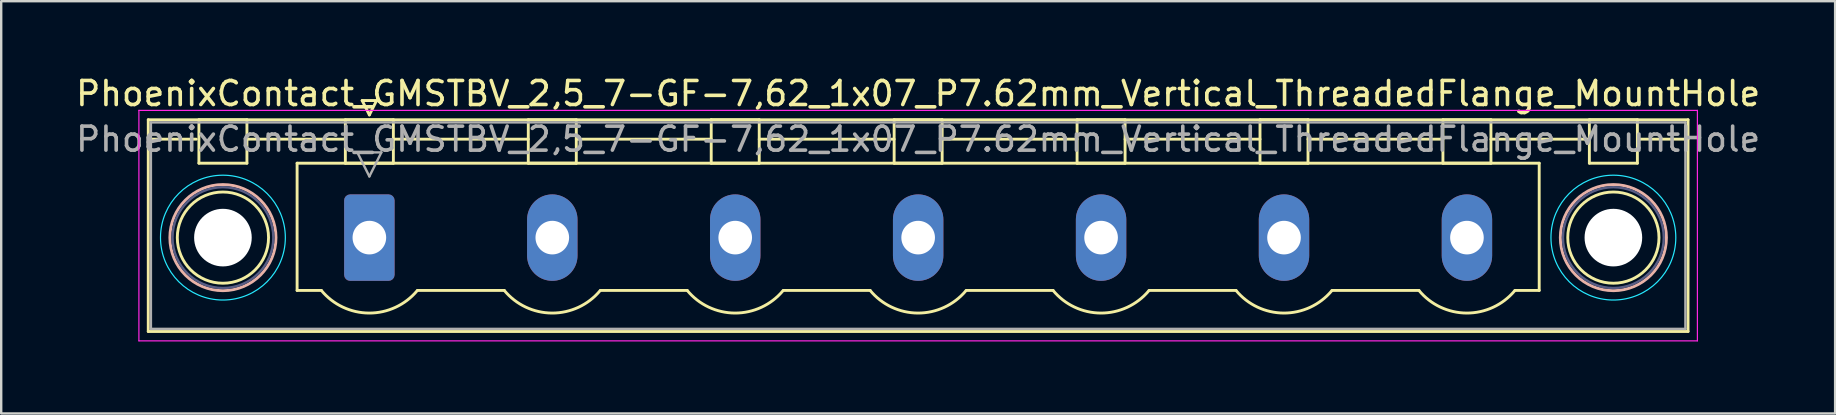
<source format=kicad_pcb>
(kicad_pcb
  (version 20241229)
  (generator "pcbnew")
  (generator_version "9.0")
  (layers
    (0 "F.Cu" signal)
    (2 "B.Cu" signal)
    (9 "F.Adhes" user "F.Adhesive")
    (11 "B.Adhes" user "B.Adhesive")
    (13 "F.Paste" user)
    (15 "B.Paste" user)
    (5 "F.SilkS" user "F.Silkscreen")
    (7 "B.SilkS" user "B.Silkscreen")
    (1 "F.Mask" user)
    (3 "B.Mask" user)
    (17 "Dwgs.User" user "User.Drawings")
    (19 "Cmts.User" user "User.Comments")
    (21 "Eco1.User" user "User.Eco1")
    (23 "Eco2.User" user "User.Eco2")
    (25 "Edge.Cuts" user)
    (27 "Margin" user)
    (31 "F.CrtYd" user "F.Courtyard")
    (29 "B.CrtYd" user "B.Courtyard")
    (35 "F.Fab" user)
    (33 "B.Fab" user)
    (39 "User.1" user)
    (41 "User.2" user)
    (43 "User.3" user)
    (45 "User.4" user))
  (footprint "PhoenixContact_GMSTBV_2,5_7-GF-7,62_1x07_P7.62mm_Vertical_ThreadedFlange_MountHole"
    (layer "F.Cu")
    (at 12.336 6.848)
    (property "Reference" "PhoenixContact_GMSTBV_2,5_7-GF-7,62_1x07_P7.62mm_Vertical_ThreadedFlange_MountHole" (at 22.86 -6 0) (layer "F.SilkS") (effects (font (size 1 1) (thickness 0.15))))
    (attr through_hole)
    (fp_line (start -9.21 -4.91) (end -9.21 3.91) (stroke (width 0.12) (type solid)) (layer "F.SilkS"))
    (fp_line (start -9.21 -4.1) (end -7.21 -4.1) (stroke (width 0.12) (type solid)) (layer "F.SilkS"))
    (fp_line (start -9.21 3.91) (end 54.93 3.91) (stroke (width 0.12) (type solid)) (layer "F.SilkS"))
    (fp_line (start -7.1 -4.91) (end -5.1 -4.91) (stroke (width 0.12) (type solid)) (layer "F.SilkS"))
    (fp_line (start -7.1 -3.1) (end -7.1 -4.91) (stroke (width 0.12) (type solid)) (layer "F.SilkS"))
    (fp_line (start -5.1 -4.91) (end -5.1 -3.1) (stroke (width 0.12) (type solid)) (layer "F.SilkS"))
    (fp_line (start -5.1 -4.1) (end -1 -4.1) (stroke (width 0.12) (type solid)) (layer "F.SilkS"))
    (fp_line (start -5.1 -3.1) (end -7.1 -3.1) (stroke (width 0.12) (type solid)) (layer "F.SilkS"))
    (fp_line (start -3.01 -3.1) (end 48.73 -3.1) (stroke (width 0.12) (type solid)) (layer "F.SilkS"))
    (fp_line (start -3.01 2.2) (end -3.01 -3.1) (stroke (width 0.12) (type solid)) (layer "F.SilkS"))
    (fp_line (start -2 2.2) (end -3.01 2.2) (stroke (width 0.12) (type solid)) (layer "F.SilkS"))
    (fp_line (start -1 -4.91) (end 1 -4.91) (stroke (width 0.12) (type solid)) (layer "F.SilkS"))
    (fp_line (start -1 -3.1) (end -1 -4.91) (stroke (width 0.12) (type solid)) (layer "F.SilkS"))
    (fp_line (start -0.3 -5.71) (end 0.3 -5.71) (stroke (width 0.12) (type solid)) (layer "F.SilkS"))
    (fp_line (start 0 -5.11) (end -0.3 -5.71) (stroke (width 0.12) (type solid)) (layer "F.SilkS"))
    (fp_line (start 0.3 -5.71) (end 0 -5.11) (stroke (width 0.12) (type solid)) (layer "F.SilkS"))
    (fp_line (start 1 -4.91) (end 1 -3.1) (stroke (width 0.12) (type solid)) (layer "F.SilkS"))
    (fp_line (start 1 -4.1) (end 6.62 -4.1) (stroke (width 0.12) (type solid)) (layer "F.SilkS"))
    (fp_line (start 1 -3.1) (end -1 -3.1) (stroke (width 0.12) (type solid)) (layer "F.SilkS"))
    (fp_line (start 2 2.2) (end 5.62 2.2) (stroke (width 0.12) (type solid)) (layer "F.SilkS"))
    (fp_line (start 6.62 -4.91) (end 8.62 -4.91) (stroke (width 0.12) (type solid)) (layer "F.SilkS"))
    (fp_line (start 6.62 -3.1) (end 6.62 -4.91) (stroke (width 0.12) (type solid)) (layer "F.SilkS"))
    (fp_line (start 8.62 -4.91) (end 8.62 -3.1) (stroke (width 0.12) (type solid)) (layer "F.SilkS"))
    (fp_line (start 8.62 -4.1) (end 14.24 -4.1) (stroke (width 0.12) (type solid)) (layer "F.SilkS"))
    (fp_line (start 8.62 -3.1) (end 6.62 -3.1) (stroke (width 0.12) (type solid)) (layer "F.SilkS"))
    (fp_line (start 9.62 2.2) (end 13.24 2.2) (stroke (width 0.12) (type solid)) (layer "F.SilkS"))
    (fp_line (start 14.24 -4.91) (end 16.24 -4.91) (stroke (width 0.12) (type solid)) (layer "F.SilkS"))
    (fp_line (start 14.24 -3.1) (end 14.24 -4.91) (stroke (width 0.12) (type solid)) (layer "F.SilkS"))
    (fp_line (start 16.24 -4.91) (end 16.24 -3.1) (stroke (width 0.12) (type solid)) (layer "F.SilkS"))
    (fp_line (start 16.24 -4.1) (end 21.86 -4.1) (stroke (width 0.12) (type solid)) (layer "F.SilkS"))
    (fp_line (start 16.24 -3.1) (end 14.24 -3.1) (stroke (width 0.12) (type solid)) (layer "F.SilkS"))
    (fp_line (start 17.24 2.2) (end 20.86 2.2) (stroke (width 0.12) (type solid)) (layer "F.SilkS"))
    (fp_line (start 21.86 -4.91) (end 23.86 -4.91) (stroke (width 0.12) (type solid)) (layer "F.SilkS"))
    (fp_line (start 21.86 -3.1) (end 21.86 -4.91) (stroke (width 0.12) (type solid)) (layer "F.SilkS"))
    (fp_line (start 23.86 -4.91) (end 23.86 -3.1) (stroke (width 0.12) (type solid)) (layer "F.SilkS"))
    (fp_line (start 23.86 -4.1) (end 29.48 -4.1) (stroke (width 0.12) (type solid)) (layer "F.SilkS"))
    (fp_line (start 23.86 -3.1) (end 21.86 -3.1) (stroke (width 0.12) (type solid)) (layer "F.SilkS"))
    (fp_line (start 24.86 2.2) (end 28.48 2.2) (stroke (width 0.12) (type solid)) (layer "F.SilkS"))
    (fp_line (start 29.48 -4.91) (end 31.48 -4.91) (stroke (width 0.12) (type solid)) (layer "F.SilkS"))
    (fp_line (start 29.48 -3.1) (end 29.48 -4.91) (stroke (width 0.12) (type solid)) (layer "F.SilkS"))
    (fp_line (start 31.48 -4.91) (end 31.48 -3.1) (stroke (width 0.12) (type solid)) (layer "F.SilkS"))
    (fp_line (start 31.48 -4.1) (end 37.1 -4.1) (stroke (width 0.12) (type solid)) (layer "F.SilkS"))
    (fp_line (start 31.48 -3.1) (end 29.48 -3.1) (stroke (width 0.12) (type solid)) (layer "F.SilkS"))
    (fp_line (start 32.48 2.2) (end 36.1 2.2) (stroke (width 0.12) (type solid)) (layer "F.SilkS"))
    (fp_line (start 37.1 -4.91) (end 39.1 -4.91) (stroke (width 0.12) (type solid)) (layer "F.SilkS"))
    (fp_line (start 37.1 -3.1) (end 37.1 -4.91) (stroke (width 0.12) (type solid)) (layer "F.SilkS"))
    (fp_line (start 39.1 -4.91) (end 39.1 -3.1) (stroke (width 0.12) (type solid)) (layer "F.SilkS"))
    (fp_line (start 39.1 -4.1) (end 44.72 -4.1) (stroke (width 0.12) (type solid)) (layer "F.SilkS"))
    (fp_line (start 39.1 -3.1) (end 37.1 -3.1) (stroke (width 0.12) (type solid)) (layer "F.SilkS"))
    (fp_line (start 40.1 2.2) (end 43.72 2.2) (stroke (width 0.12) (type solid)) (layer "F.SilkS"))
    (fp_line (start 44.72 -4.91) (end 46.72 -4.91) (stroke (width 0.12) (type solid)) (layer "F.SilkS"))
    (fp_line (start 44.72 -3.1) (end 44.72 -4.91) (stroke (width 0.12) (type solid)) (layer "F.SilkS"))
    (fp_line (start 46.72 -4.91) (end 46.72 -3.1) (stroke (width 0.12) (type solid)) (layer "F.SilkS"))
    (fp_line (start 46.72 -4.1) (end 50.82 -4.1) (stroke (width 0.12) (type solid)) (layer "F.SilkS"))
    (fp_line (start 46.72 -3.1) (end 44.72 -3.1) (stroke (width 0.12) (type solid)) (layer "F.SilkS"))
    (fp_line (start 48.73 -3.1) (end 48.73 2.2) (stroke (width 0.12) (type solid)) (layer "F.SilkS"))
    (fp_line (start 48.73 2.2) (end 47.72 2.2) (stroke (width 0.12) (type solid)) (layer "F.SilkS"))
    (fp_line (start 50.82 -4.91) (end 52.82 -4.91) (stroke (width 0.12) (type solid)) (layer "F.SilkS"))
    (fp_line (start 50.82 -3.1) (end 50.82 -4.91) (stroke (width 0.12) (type solid)) (layer "F.SilkS"))
    (fp_line (start 52.82 -4.91) (end 52.82 -3.1) (stroke (width 0.12) (type solid)) (layer "F.SilkS"))
    (fp_line (start 52.82 -3.1) (end 50.82 -3.1) (stroke (width 0.12) (type solid)) (layer "F.SilkS"))
    (fp_line (start 54.93 -4.91) (end -9.21 -4.91) (stroke (width 0.12) (type solid)) (layer "F.SilkS"))
    (fp_line (start 54.93 -4.1) (end 52.93 -4.1) (stroke (width 0.12) (type solid)) (layer "F.SilkS"))
    (fp_line (start 54.93 3.91) (end 54.93 -4.91) (stroke (width 0.12) (type solid)) (layer "F.SilkS"))
    (fp_arc (start 1.986842 2.215821) (mid -0.010289 3.142758) (end -2 2.2) (stroke (width 0.12) (type solid)) (layer "F.SilkS"))
    (fp_arc (start 9.606842 2.215821) (mid 7.609711 3.142758) (end 5.62 2.2) (stroke (width 0.12) (type solid)) (layer "F.SilkS"))
    (fp_arc (start 17.226842 2.215821) (mid 15.229711 3.142758) (end 13.24 2.2) (stroke (width 0.12) (type solid)) (layer "F.SilkS"))
    (fp_arc (start 24.846842 2.215821) (mid 22.849711 3.142758) (end 20.86 2.2) (stroke (width 0.12) (type solid)) (layer "F.SilkS"))
    (fp_arc (start 32.466842 2.215821) (mid 30.469711 3.142758) (end 28.48 2.2) (stroke (width 0.12) (type solid)) (layer "F.SilkS"))
    (fp_arc (start 40.086842 2.215821) (mid 38.089711 3.142758) (end 36.1 2.2) (stroke (width 0.12) (type solid)) (layer "F.SilkS"))
    (fp_arc (start 47.706842 2.215821) (mid 45.709711 3.142758) (end 43.72 2.2) (stroke (width 0.12) (type solid)) (layer "F.SilkS"))
    (fp_circle (center -6.1 0) (end -4.2 0) (stroke (width 0.12) (type solid)) (fill no) (layer "F.SilkS"))
    (fp_circle (center 51.82 0) (end 53.72 0) (stroke (width 0.12) (type solid)) (fill no) (layer "F.SilkS"))
    (fp_circle (center -6.1 0) (end -3.89 0) (stroke (width 0.12) (type solid)) (fill no) (layer "B.SilkS"))
    (fp_circle (center 51.82 0) (end 54.03 0) (stroke (width 0.12) (type solid)) (fill no) (layer "B.SilkS"))
    (fp_circle (center -6.1 0) (end -3.5 0) (stroke (width 0.05) (type solid)) (fill no) (layer "B.CrtYd"))
    (fp_circle (center 51.82 0) (end 54.42 0) (stroke (width 0.05) (type solid)) (fill no) (layer "B.CrtYd"))
    (fp_line (start -9.6 -5.3) (end -9.6 4.3) (stroke (width 0.05) (type solid)) (layer "F.CrtYd"))
    (fp_line (start -9.6 4.3) (end 55.32 4.3) (stroke (width 0.05) (type solid)) (layer "F.CrtYd"))
    (fp_line (start 55.32 -5.3) (end -9.6 -5.3) (stroke (width 0.05) (type solid)) (layer "F.CrtYd"))
    (fp_line (start 55.32 4.3) (end 55.32 -5.3) (stroke (width 0.05) (type solid)) (layer "F.CrtYd"))
    (fp_circle (center -6.1 0) (end -4 0) (stroke (width 0.1) (type solid)) (fill no) (layer "B.Fab"))
    (fp_circle (center 51.82 0) (end 53.92 0) (stroke (width 0.1) (type solid)) (fill no) (layer "B.Fab"))
    (fp_line (start -9.1 -4.8) (end -9.1 3.8) (stroke (width 0.1) (type solid)) (layer "F.Fab"))
    (fp_line (start -9.1 3.8) (end 54.82 3.8) (stroke (width 0.1) (type solid)) (layer "F.Fab"))
    (fp_line (start -0.5 -3.55) (end 0.5 -3.55) (stroke (width 0.1) (type solid)) (layer "F.Fab"))
    (fp_line (start 0 -2.55) (end -0.5 -3.55) (stroke (width 0.1) (type solid)) (layer "F.Fab"))
    (fp_line (start 0.5 -3.55) (end 0 -2.55) (stroke (width 0.1) (type solid)) (layer "F.Fab"))
    (fp_line (start 54.82 -4.8) (end -9.1 -4.8) (stroke (width 0.1) (type solid)) (layer "F.Fab"))
    (fp_line (start 54.82 3.8) (end 54.82 -4.8) (stroke (width 0.1) (type solid)) (layer "F.Fab"))
    (fp_text user "${REFERENCE}" (at 22.86 -4.1 0) (layer "F.Fab") (effects (font (size 1 1) (thickness 0.15))))
    (pad "" np_thru_hole circle (at -6.1 0) (size 2.4 2.4) (drill 2.4) (layers "*.Cu" "*.Mask"))
    (pad "" np_thru_hole circle (at 51.82 0) (size 2.4 2.4) (drill 2.4) (layers "*.Cu" "*.Mask"))
    (pad "1" thru_hole roundrect (at 0 0) (size 2.1 3.6) (drill 1.4) (layers "*.Cu" "*.Mask") (roundrect_rratio 0.119))
    (pad "2" thru_hole oval (at 7.62 0) (size 2.1 3.6) (drill 1.4) (layers "*.Cu" "*.Mask"))
    (pad "3" thru_hole oval (at 15.24 0) (size 2.1 3.6) (drill 1.4) (layers "*.Cu" "*.Mask"))
    (pad "4" thru_hole oval (at 22.86 0) (size 2.1 3.6) (drill 1.4) (layers "*.Cu" "*.Mask"))
    (pad "5" thru_hole oval (at 30.48 0) (size 2.1 3.6) (drill 1.4) (layers "*.Cu" "*.Mask"))
    (pad "6" thru_hole oval (at 38.1 0) (size 2.1 3.6) (drill 1.4) (layers "*.Cu" "*.Mask"))
    (pad "7" thru_hole oval (at 45.72 0) (size 2.1 3.6) (drill 1.4) (layers "*.Cu" "*.Mask")))
  (gr_rect
    (start -3 -3)
    (end 73.393 14.173)
    (stroke (width 0.1) (type default))
    (fill no)
    (layer "Edge.Cuts")))
</source>
